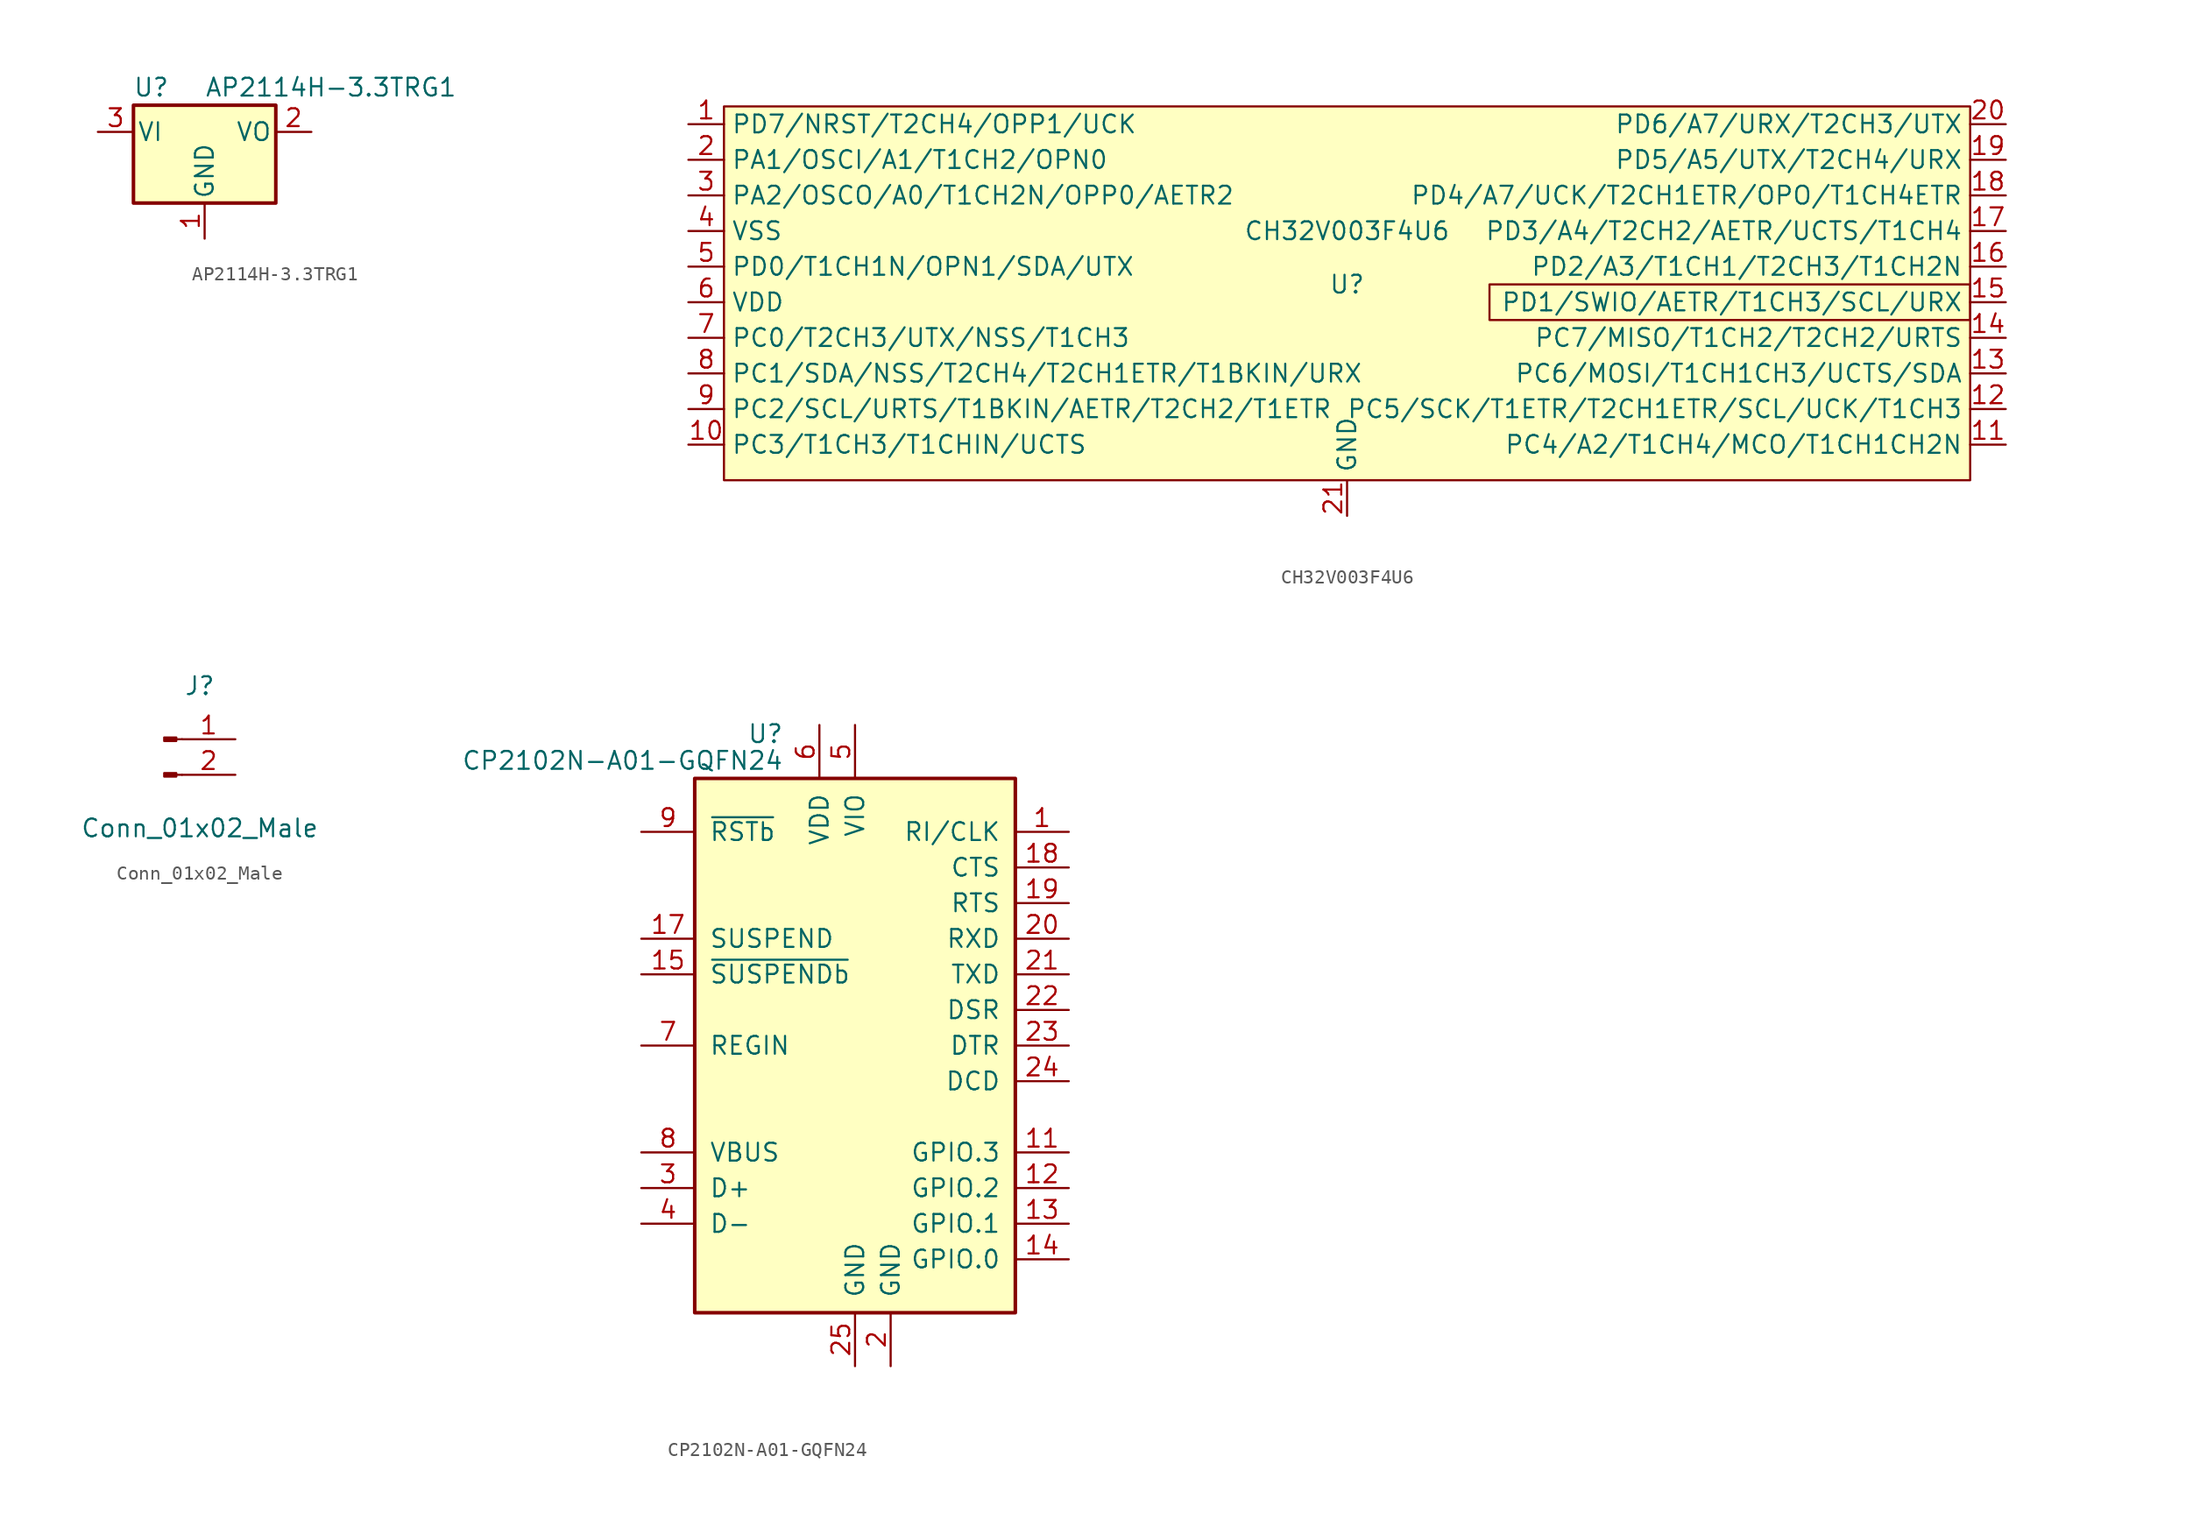
<source format=kicad_sym>
(kicad_symbol_lib
  (version 20220914)
  (generator kicad_symbol_editor)
  (symbol "AP2114H-3.3TRG1"
    (pin_names
      (offset 0.254))
    (property "Reference" "U"
      (at -3.81 3.175 0)
      (effects (font (size 1.27 1.27))))
    (property "Value" "AP2114H-3.3TRG1"
      (at 0 3.175 0)
      (effects (font (size 1.27 1.27)) (justify left)))
    (symbol "AP2114H-3.3TRG1_0_1"
      (rectangle (start -5.08 -5.08) (end 5.08 1.905) (stroke (width 0.254) (type default)) (fill (type background))))
    (symbol "AP2114H-3.3TRG1_1_1"
      (pin power_in line (at 0 -7.62 90) (length 2.54) (name "GND" (effects (font (size 1.27 1.27)))) (number "1" (effects (font (size 1.27 1.27)))))
      (pin power_out line (at 7.62 0 180) (length 2.54) (name "VO" (effects (font (size 1.27 1.27)))) (number "2" (effects (font (size 1.27 1.27)))))
      (pin power_in line (at -7.62 0 0) (length 2.54) (name "VI" (effects (font (size 1.27 1.27)))) (number "3" (effects (font (size 1.27 1.27)))))))
  (symbol "CH32V003F4U6"
    (property "Reference" "U"
      (at 0 0 0)
      (effects (font (size 1.27 1.27))))
    (property "Value" "CH32V003F4U6"
      (at 0 3.81 0)
      (effects (font (size 1.27 1.27))))
    (property "Digikey" ""
      (at 0 0 0)
      (effects (font (size 1.27 1.27))))
    (symbol "CH32V003F4U6_0_1"
      (rectangle (start -44.45 12.7) (end 44.45 -13.97) (stroke (width 0) (type default)) (fill (type background)))
      (rectangle (start 10.16 0) (end 44.45 -2.54) (stroke (width 0) (type default)) (fill (type background))))
    (symbol "CH32V003F4U6_1_1"
      (pin bidirectional line (at -46.99 11.43 0) (length 2.54) (name "PD7/NRST/T2CH4/OPP1/UCK" (effects (font (size 1.27 1.27)))) (number "1" (effects (font (size 1.27 1.27)))))
      (pin bidirectional line (at -46.99 -11.43 0) (length 2.54) (name "PC3/T1CH3/T1CHIN/UCTS" (effects (font (size 1.27 1.27)))) (number "10" (effects (font (size 1.27 1.27)))))
      (pin bidirectional line (at 46.99 -11.43 180) (length 2.54) (name "PC4/A2/T1CH4/MCO/T1CH1CH2N" (effects (font (size 1.27 1.27)))) (number "11" (effects (font (size 1.27 1.27)))))
      (pin bidirectional line (at 46.99 -8.89 180) (length 2.54) (name "PC5/SCK/T1ETR/T2CH1ETR/SCL/UCK/T1CH3" (effects (font (size 1.27 1.27)))) (number "12" (effects (font (size 1.27 1.27)))))
      (pin bidirectional line (at 46.99 -6.35 180) (length 2.54) (name "PC6/MOSI/T1CH1CH3/UCTS/SDA" (effects (font (size 1.27 1.27)))) (number "13" (effects (font (size 1.27 1.27)))))
      (pin bidirectional line (at 46.99 -3.81 180) (length 2.54) (name "PC7/MISO/T1CH2/T2CH2/URTS" (effects (font (size 1.27 1.27)))) (number "14" (effects (font (size 1.27 1.27)))))
      (pin bidirectional line (at 46.99 -1.27 180) (length 2.54) (name "PD1/SWIO/AETR/T1CH3/SCL/URX" (effects (font (size 1.27 1.27)))) (number "15" (effects (font (size 1.27 1.27)))))
      (pin bidirectional line (at 46.99 1.27 180) (length 2.54) (name "PD2/A3/T1CH1/T2CH3/T1CH2N" (effects (font (size 1.27 1.27)))) (number "16" (effects (font (size 1.27 1.27)))))
      (pin bidirectional line (at 46.99 3.81 180) (length 2.54) (name "PD3/A4/T2CH2/AETR/UCTS/T1CH4" (effects (font (size 1.27 1.27)))) (number "17" (effects (font (size 1.27 1.27)))))
      (pin bidirectional line (at 46.99 6.35 180) (length 2.54) (name "PD4/A7/UCK/T2CH1ETR/OPO/T1CH4ETR" (effects (font (size 1.27 1.27)))) (number "18" (effects (font (size 1.27 1.27)))))
      (pin bidirectional line (at 46.99 8.89 180) (length 2.54) (name "PD5/A5/UTX/T2CH4/URX" (effects (font (size 1.27 1.27)))) (number "19" (effects (font (size 1.27 1.27)))))
      (pin bidirectional line (at -46.99 8.89 0) (length 2.54) (name "PA1/OSCI/A1/T1CH2/OPN0" (effects (font (size 1.27 1.27)))) (number "2" (effects (font (size 1.27 1.27)))))
      (pin bidirectional line (at 46.99 11.43 180) (length 2.54) (name "PD6/A7/URX/T2CH3/UTX" (effects (font (size 1.27 1.27)))) (number "20" (effects (font (size 1.27 1.27)))))
      (pin bidirectional line (at 0 -16.51 90) (length 2.54) (name "GND" (effects (font (size 1.27 1.27)))) (number "21" (effects (font (size 1.27 1.27)))))
      (pin bidirectional line (at -46.99 6.35 0) (length 2.54) (name "PA2/OSCO/A0/T1CH2N/OPP0/AETR2" (effects (font (size 1.27 1.27)))) (number "3" (effects (font (size 1.27 1.27)))))
      (pin bidirectional line (at -46.99 3.81 0) (length 2.54) (name "VSS" (effects (font (size 1.27 1.27)))) (number "4" (effects (font (size 1.27 1.27)))))
      (pin bidirectional line (at -46.99 1.27 0) (length 2.54) (name "PD0/T1CH1N/OPN1/SDA/UTX" (effects (font (size 1.27 1.27)))) (number "5" (effects (font (size 1.27 1.27)))))
      (pin bidirectional line (at -46.99 -1.27 0) (length 2.54) (name "VDD" (effects (font (size 1.27 1.27)))) (number "6" (effects (font (size 1.27 1.27)))))
      (pin bidirectional line (at -46.99 -3.81 0) (length 2.54) (name "PC0/T2CH3/UTX/NSS/T1CH3" (effects (font (size 1.27 1.27)))) (number "7" (effects (font (size 1.27 1.27)))))
      (pin bidirectional line (at -46.99 -6.35 0) (length 2.54) (name "PC1/SDA/NSS/T2CH4/T2CH1ETR/T1BKIN/URX" (effects (font (size 1.27 1.27)))) (number "8" (effects (font (size 1.27 1.27)))))
      (pin bidirectional line (at -46.99 -8.89 0) (length 2.54) (name "PC2/SCL/URTS/T1BKIN/AETR/T2CH2/T1ETR" (effects (font (size 1.27 1.27)))) (number "9" (effects (font (size 1.27 1.27)))))))
  (symbol "Conn_01x02_Male"
    (pin_names
      (offset 1.016) hide)
    (property "Reference" "J"
      (at 0 5.08 0)
      (effects (font (size 1.27 1.27))))
    (property "Value" "Conn_01x02_Male"
      (at 0 -5.08 0)
      (effects (font (size 1.27 1.27))))
    (symbol "Conn_01x02_Male_1_1"
      (rectangle (start -1.676 -1.143) (end -2.54 -1.397) (stroke (width 0.152) (type default)) (fill (type outline)))
      (rectangle (start -1.676 1.397) (end -2.54 1.143) (stroke (width 0.152) (type default)) (fill (type outline)))
      (polyline (pts (xy -1.27 -1.27) (xy -1.676 -1.27)) (stroke (width 0.152) (type default)) (fill (type none)))
      (polyline (pts (xy -1.27 1.27) (xy -1.676 1.27)) (stroke (width 0.152) (type default)) (fill (type none)))
      (pin passive line (at 2.54 1.27 180) (length 3.81) (name "Pin_1" (effects (font (size 1.27 1.27)))) (number "1" (effects (font (size 1.27 1.27)))))
      (pin passive line (at 2.54 -1.27 180) (length 3.81) (name "Pin_2" (effects (font (size 1.27 1.27)))) (number "2" (effects (font (size 1.27 1.27)))))))
  (symbol "CP2102N-A01-GQFN24"
    (pin_names
      (offset 1.016))
    (property "Reference" "U"
      (at -5.08 22.225 0)
      (effects (font (size 1.27 1.27)) (justify right)))
    (property "Value" "CP2102N-A01-GQFN24"
      (at -5.08 20.32 0)
      (effects (font (size 1.27 1.27)) (justify right)))
    (symbol "CP2102N-A01-GQFN24_0_1"
      (rectangle (start -11.43 19.05) (end 11.43 -19.05) (stroke (width 0.254) (type default)) (fill (type background))))
    (symbol "CP2102N-A01-GQFN24_1_1"
      (pin bidirectional line (at 15.24 15.24 180) (length 3.81) (name "RI/CLK" (effects (font (size 1.27 1.27)))) (number "1" (effects (font (size 1.27 1.27)))))
      (pin no_connect line (at 10.16 -22.86 90) (length 3.81) hide (name "NC" (effects (font (size 1.27 1.27)))) (number "10" (effects (font (size 1.27 1.27)))))
      (pin bidirectional line (at 15.24 -7.62 180) (length 3.81) (name "GPIO.3" (effects (font (size 1.27 1.27)))) (number "11" (effects (font (size 1.27 1.27)))))
      (pin bidirectional line (at 15.24 -10.16 180) (length 3.81) (name "GPIO.2" (effects (font (size 1.27 1.27)))) (number "12" (effects (font (size 1.27 1.27)))))
      (pin bidirectional line (at 15.24 -12.7 180) (length 3.81) (name "GPIO.1" (effects (font (size 1.27 1.27)))) (number "13" (effects (font (size 1.27 1.27)))))
      (pin bidirectional line (at 15.24 -15.24 180) (length 3.81) (name "GPIO.0" (effects (font (size 1.27 1.27)))) (number "14" (effects (font (size 1.27 1.27)))))
      (pin output line (at -15.24 5.08 0) (length 3.81) (name "~{SUSPENDb}" (effects (font (size 1.27 1.27)))) (number "15" (effects (font (size 1.27 1.27)))))
      (pin no_connect line (at 7.62 -22.86 90) (length 3.81) hide (name "NC" (effects (font (size 1.27 1.27)))) (number "16" (effects (font (size 1.27 1.27)))))
      (pin output line (at -15.24 7.62 0) (length 3.81) (name "SUSPEND" (effects (font (size 1.27 1.27)))) (number "17" (effects (font (size 1.27 1.27)))))
      (pin input line (at 15.24 12.7 180) (length 3.81) (name "CTS" (effects (font (size 1.27 1.27)))) (number "18" (effects (font (size 1.27 1.27)))))
      (pin output line (at 15.24 10.16 180) (length 3.81) (name "RTS" (effects (font (size 1.27 1.27)))) (number "19" (effects (font (size 1.27 1.27)))))
      (pin power_in line (at 2.54 -22.86 90) (length 3.81) (name "GND" (effects (font (size 1.27 1.27)))) (number "2" (effects (font (size 1.27 1.27)))))
      (pin input line (at 15.24 7.62 180) (length 3.81) (name "RXD" (effects (font (size 1.27 1.27)))) (number "20" (effects (font (size 1.27 1.27)))))
      (pin output line (at 15.24 5.08 180) (length 3.81) (name "TXD" (effects (font (size 1.27 1.27)))) (number "21" (effects (font (size 1.27 1.27)))))
      (pin input line (at 15.24 2.54 180) (length 3.81) (name "DSR" (effects (font (size 1.27 1.27)))) (number "22" (effects (font (size 1.27 1.27)))))
      (pin output line (at 15.24 0 180) (length 3.81) (name "DTR" (effects (font (size 1.27 1.27)))) (number "23" (effects (font (size 1.27 1.27)))))
      (pin input line (at 15.24 -2.54 180) (length 3.81) (name "DCD" (effects (font (size 1.27 1.27)))) (number "24" (effects (font (size 1.27 1.27)))))
      (pin power_in line (at 0 -22.86 90) (length 3.81) (name "GND" (effects (font (size 1.27 1.27)))) (number "25" (effects (font (size 1.27 1.27)))))
      (pin bidirectional line (at -15.24 -10.16 0) (length 3.81) (name "D+" (effects (font (size 1.27 1.27)))) (number "3" (effects (font (size 1.27 1.27)))))
      (pin bidirectional line (at -15.24 -12.7 0) (length 3.81) (name "D-" (effects (font (size 1.27 1.27)))) (number "4" (effects (font (size 1.27 1.27)))))
      (pin power_in line (at 0 22.86 270) (length 3.81) (name "VIO" (effects (font (size 1.27 1.27)))) (number "5" (effects (font (size 1.27 1.27)))))
      (pin power_in line (at -2.54 22.86 270) (length 3.81) (name "VDD" (effects (font (size 1.27 1.27)))) (number "6" (effects (font (size 1.27 1.27)))))
      (pin power_in line (at -15.24 0 0) (length 3.81) (name "REGIN" (effects (font (size 1.27 1.27)))) (number "7" (effects (font (size 1.27 1.27)))))
      (pin input line (at -15.24 -7.62 0) (length 3.81) (name "VBUS" (effects (font (size 1.27 1.27)))) (number "8" (effects (font (size 1.27 1.27)))))
      (pin input line (at -15.24 15.24 0) (length 3.81) (name "~{RSTb}" (effects (font (size 1.27 1.27)))) (number "9" (effects (font (size 1.27 1.27))))))))
</source>
